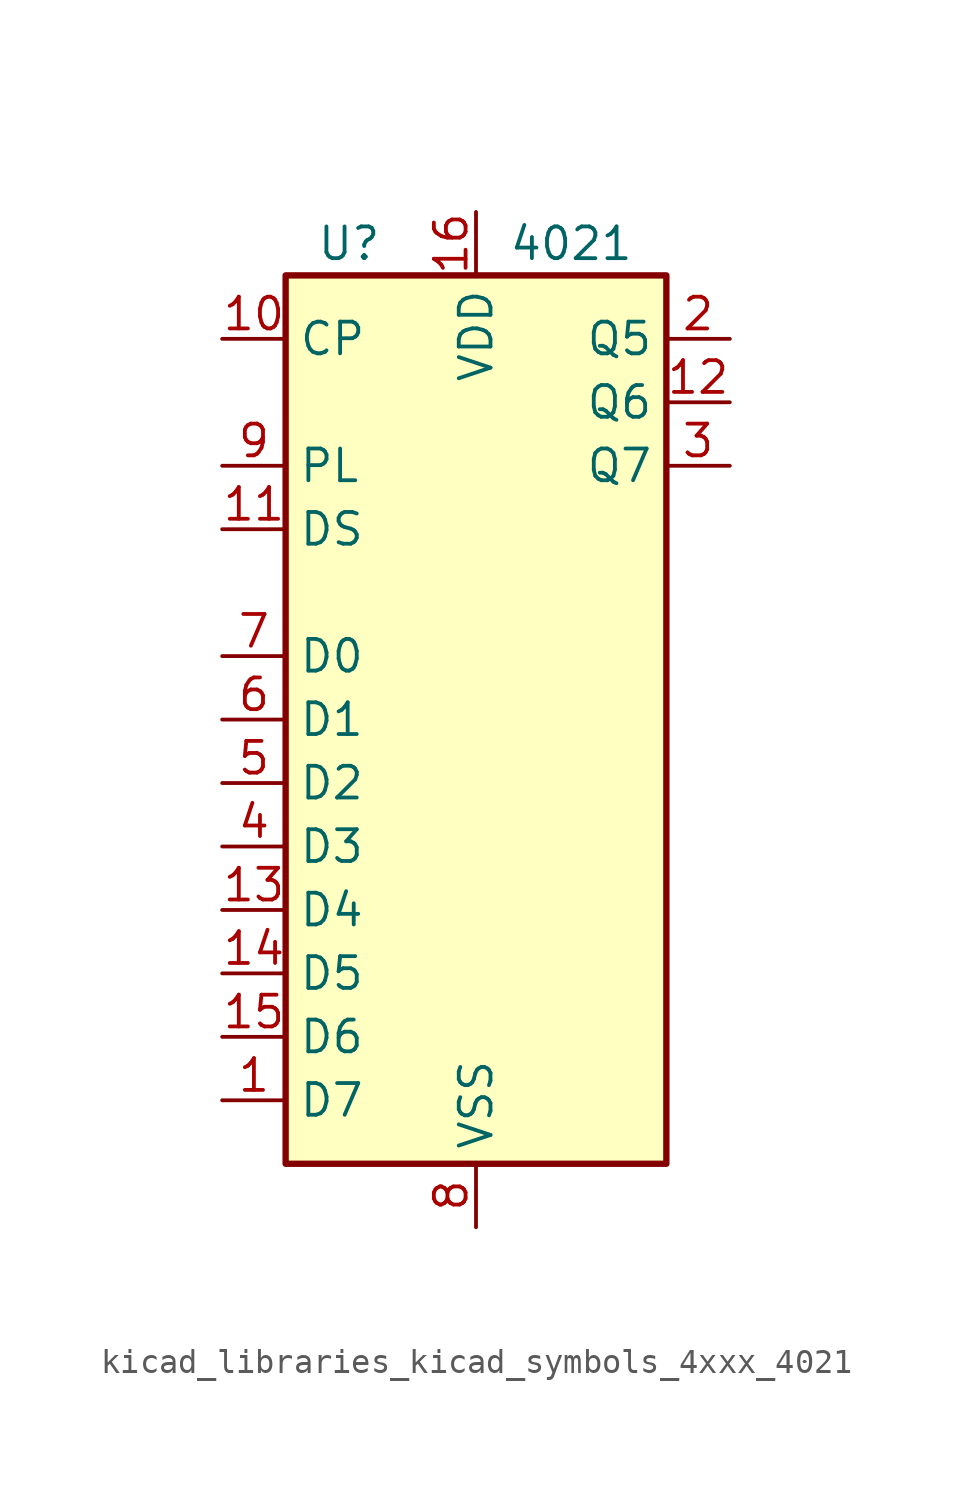
<source format=kicad_sym>
(kicad_symbol_lib
  (version 20220914)
  (generator kicad_symbol_editor)
  (symbol "kicad_libraries_kicad_symbols_4xxx_4021"
    (property "Reference" "U"
      (at -5.08 19.05 0)
      (effects (font (size 1.27 1.27))))
    (property "Value" "4021"
      (at 3.81 19.05 0)
      (effects (font (size 1.27 1.27))))
    (symbol "kicad_libraries_kicad_symbols_4xxx_4021_0_1"
      (rectangle (start -7.62 17.78) (end 7.62 -17.78) (stroke (width 0.254) (type default)) (fill (type background))))
    (symbol "kicad_libraries_kicad_symbols_4xxx_4021_1_1"
      (pin input line (at -10.16 -15.24 0) (length 2.54) (name "D7" (effects (font (size 1.27 1.27)))) (number "1" (effects (font (size 1.27 1.27)))))
      (pin input line (at -10.16 15.24 0) (length 2.54) (name "CP" (effects (font (size 1.27 1.27)))) (number "10" (effects (font (size 1.27 1.27)))))
      (pin input line (at -10.16 7.62 0) (length 2.54) (name "DS" (effects (font (size 1.27 1.27)))) (number "11" (effects (font (size 1.27 1.27)))))
      (pin output line (at 10.16 12.7 180) (length 2.54) (name "Q6" (effects (font (size 1.27 1.27)))) (number "12" (effects (font (size 1.27 1.27)))))
      (pin input line (at -10.16 -7.62 0) (length 2.54) (name "D4" (effects (font (size 1.27 1.27)))) (number "13" (effects (font (size 1.27 1.27)))))
      (pin input line (at -10.16 -10.16 0) (length 2.54) (name "D5" (effects (font (size 1.27 1.27)))) (number "14" (effects (font (size 1.27 1.27)))))
      (pin input line (at -10.16 -12.7 0) (length 2.54) (name "D6" (effects (font (size 1.27 1.27)))) (number "15" (effects (font (size 1.27 1.27)))))
      (pin power_in line (at 0 20.32 270) (length 2.54) (name "VDD" (effects (font (size 1.27 1.27)))) (number "16" (effects (font (size 1.27 1.27)))))
      (pin output line (at 10.16 15.24 180) (length 2.54) (name "Q5" (effects (font (size 1.27 1.27)))) (number "2" (effects (font (size 1.27 1.27)))))
      (pin output line (at 10.16 10.16 180) (length 2.54) (name "Q7" (effects (font (size 1.27 1.27)))) (number "3" (effects (font (size 1.27 1.27)))))
      (pin input line (at -10.16 -5.08 0) (length 2.54) (name "D3" (effects (font (size 1.27 1.27)))) (number "4" (effects (font (size 1.27 1.27)))))
      (pin input line (at -10.16 -2.54 0) (length 2.54) (name "D2" (effects (font (size 1.27 1.27)))) (number "5" (effects (font (size 1.27 1.27)))))
      (pin input line (at -10.16 0 0) (length 2.54) (name "D1" (effects (font (size 1.27 1.27)))) (number "6" (effects (font (size 1.27 1.27)))))
      (pin input line (at -10.16 2.54 0) (length 2.54) (name "D0" (effects (font (size 1.27 1.27)))) (number "7" (effects (font (size 1.27 1.27)))))
      (pin power_in line (at 0 -20.32 90) (length 2.54) (name "VSS" (effects (font (size 1.27 1.27)))) (number "8" (effects (font (size 1.27 1.27)))))
      (pin input line (at -10.16 10.16 0) (length 2.54) (name "PL" (effects (font (size 1.27 1.27)))) (number "9" (effects (font (size 1.27 1.27))))))))
</source>
